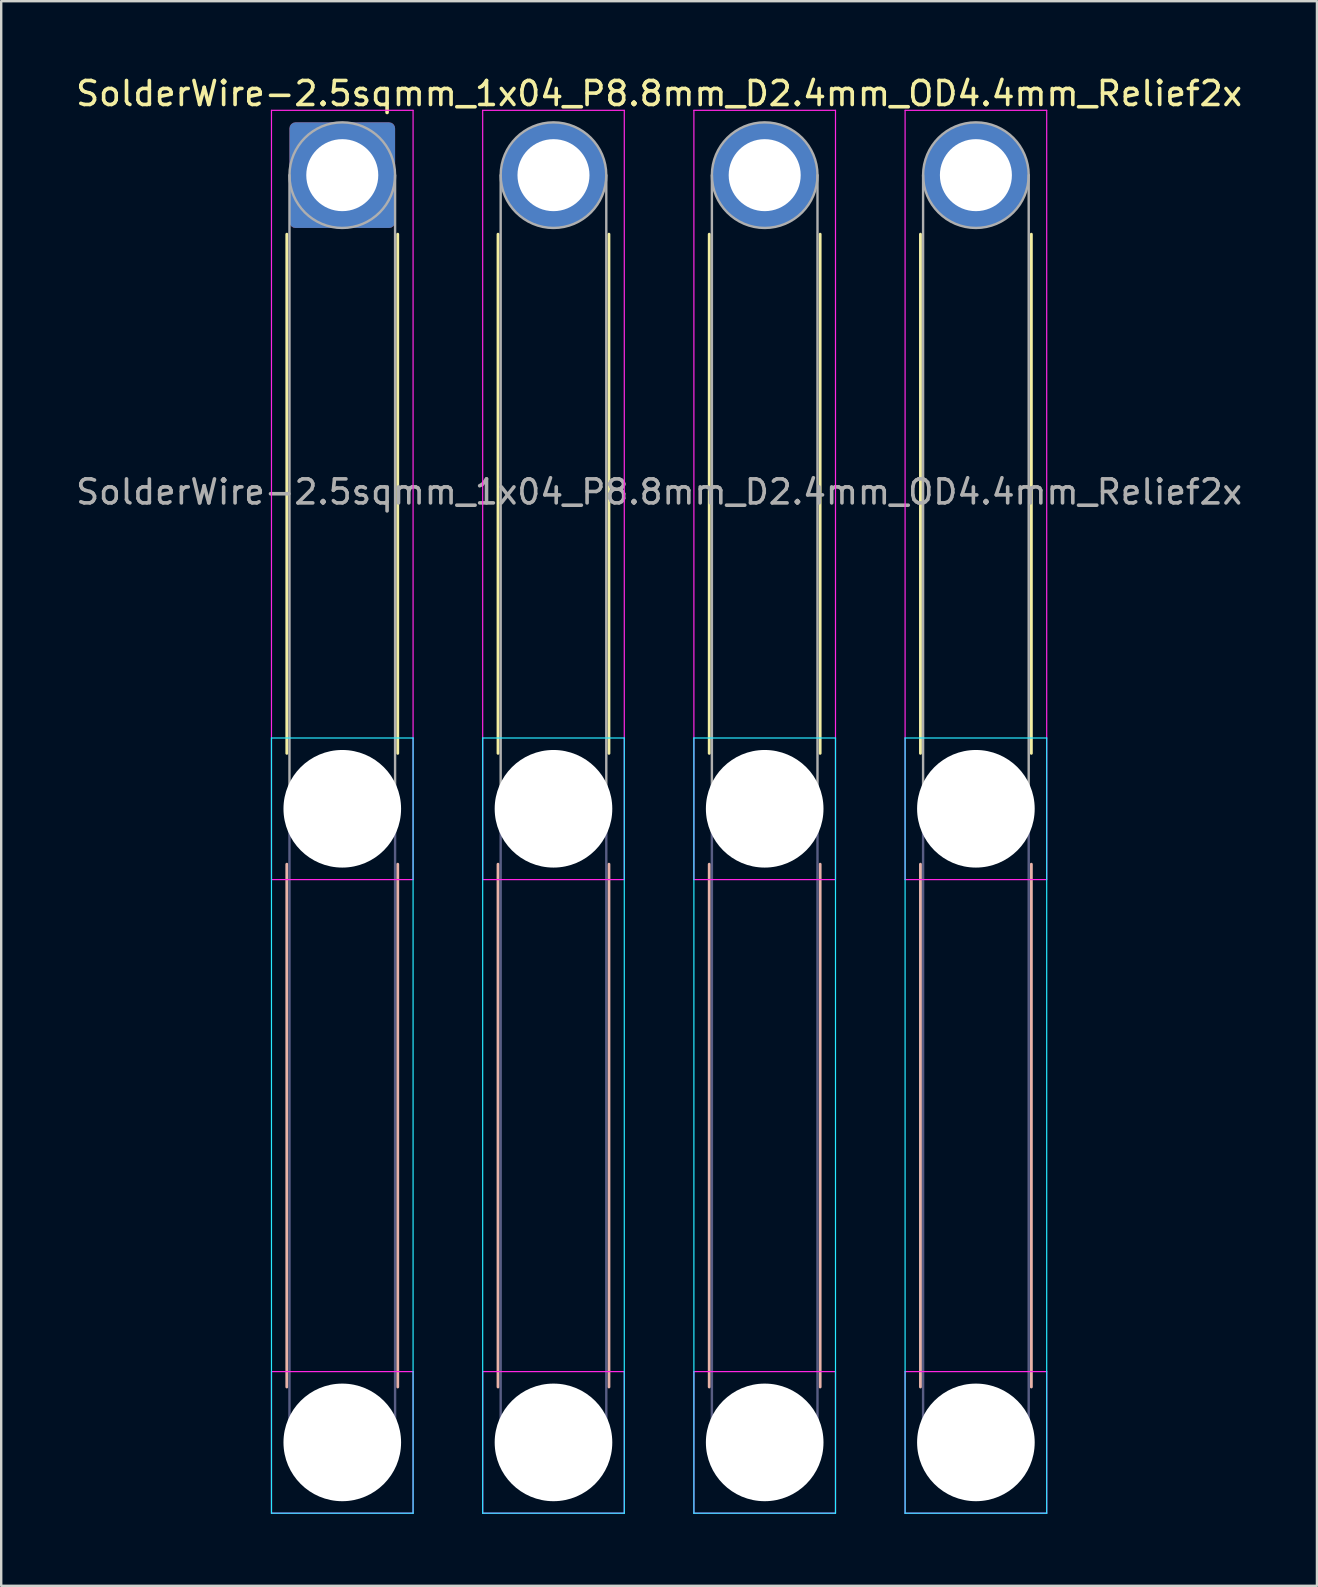
<source format=kicad_pcb>
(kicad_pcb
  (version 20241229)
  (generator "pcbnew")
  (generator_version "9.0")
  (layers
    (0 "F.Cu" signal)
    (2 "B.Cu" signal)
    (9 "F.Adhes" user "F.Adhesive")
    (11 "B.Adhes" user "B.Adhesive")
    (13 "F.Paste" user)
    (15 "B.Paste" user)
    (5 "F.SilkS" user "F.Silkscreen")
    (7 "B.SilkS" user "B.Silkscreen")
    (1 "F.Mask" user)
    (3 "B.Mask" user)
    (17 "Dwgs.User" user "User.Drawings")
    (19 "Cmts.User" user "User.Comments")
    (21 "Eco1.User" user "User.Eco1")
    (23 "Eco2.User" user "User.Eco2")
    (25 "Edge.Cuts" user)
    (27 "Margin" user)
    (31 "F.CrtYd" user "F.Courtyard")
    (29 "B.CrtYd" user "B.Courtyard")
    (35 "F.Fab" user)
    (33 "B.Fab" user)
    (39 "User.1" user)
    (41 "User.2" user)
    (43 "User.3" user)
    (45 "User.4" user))
  (footprint "SolderWire-2.5sqmm_1x04_P8.8mm_D2.4mm_OD4.4mm_Relief2x"
    (layer "F.Cu")
    (at 11.211 4.248)
    (property "Reference" "SolderWire-2.5sqmm_1x04_P8.8mm_D2.4mm_OD4.4mm_Relief2x" (at 13.2 -3.4 0) (layer "F.SilkS") (effects (font (size 1 1) (thickness 0.15))))
    (attr exclude_from_pos_files exclude_from_bom)
    (fp_line (start -2.31 2.46) (end -2.31 24.09) (stroke (width 0.12) (type solid)) (layer "F.SilkS"))
    (fp_line (start 2.31 2.46) (end 2.31 24.09) (stroke (width 0.12) (type solid)) (layer "F.SilkS"))
    (fp_line (start 6.49 2.46) (end 6.49 24.09) (stroke (width 0.12) (type solid)) (layer "F.SilkS"))
    (fp_line (start 11.11 2.46) (end 11.11 24.09) (stroke (width 0.12) (type solid)) (layer "F.SilkS"))
    (fp_line (start 15.29 2.46) (end 15.29 24.09) (stroke (width 0.12) (type solid)) (layer "F.SilkS"))
    (fp_line (start 19.91 2.46) (end 19.91 24.09) (stroke (width 0.12) (type solid)) (layer "F.SilkS"))
    (fp_line (start 24.09 2.46) (end 24.09 24.09) (stroke (width 0.12) (type solid)) (layer "F.SilkS"))
    (fp_line (start 28.71 2.46) (end 28.71 24.09) (stroke (width 0.12) (type solid)) (layer "F.SilkS"))
    (fp_line (start -2.31 28.71) (end -2.31 50.49) (stroke (width 0.12) (type solid)) (layer "B.SilkS"))
    (fp_line (start 2.31 28.71) (end 2.31 50.49) (stroke (width 0.12) (type solid)) (layer "B.SilkS"))
    (fp_line (start 6.49 28.71) (end 6.49 50.49) (stroke (width 0.12) (type solid)) (layer "B.SilkS"))
    (fp_line (start 11.11 28.71) (end 11.11 50.49) (stroke (width 0.12) (type solid)) (layer "B.SilkS"))
    (fp_line (start 15.29 28.71) (end 15.29 50.49) (stroke (width 0.12) (type solid)) (layer "B.SilkS"))
    (fp_line (start 19.91 28.71) (end 19.91 50.49) (stroke (width 0.12) (type solid)) (layer "B.SilkS"))
    (fp_line (start 24.09 28.71) (end 24.09 50.49) (stroke (width 0.12) (type solid)) (layer "B.SilkS"))
    (fp_line (start 28.71 28.71) (end 28.71 50.49) (stroke (width 0.12) (type solid)) (layer "B.SilkS"))
    (fp_line (start -2.95 23.45) (end -2.95 55.75) (stroke (width 0.05) (type solid)) (layer "B.CrtYd"))
    (fp_line (start -2.95 55.75) (end 2.95 55.75) (stroke (width 0.05) (type solid)) (layer "B.CrtYd"))
    (fp_line (start 2.95 23.45) (end -2.95 23.45) (stroke (width 0.05) (type solid)) (layer "B.CrtYd"))
    (fp_line (start 2.95 55.75) (end 2.95 23.45) (stroke (width 0.05) (type solid)) (layer "B.CrtYd"))
    (fp_line (start 5.85 23.45) (end 5.85 55.75) (stroke (width 0.05) (type solid)) (layer "B.CrtYd"))
    (fp_line (start 5.85 55.75) (end 11.75 55.75) (stroke (width 0.05) (type solid)) (layer "B.CrtYd"))
    (fp_line (start 11.75 23.45) (end 5.85 23.45) (stroke (width 0.05) (type solid)) (layer "B.CrtYd"))
    (fp_line (start 11.75 55.75) (end 11.75 23.45) (stroke (width 0.05) (type solid)) (layer "B.CrtYd"))
    (fp_line (start 14.65 23.45) (end 14.65 55.75) (stroke (width 0.05) (type solid)) (layer "B.CrtYd"))
    (fp_line (start 14.65 55.75) (end 20.55 55.75) (stroke (width 0.05) (type solid)) (layer "B.CrtYd"))
    (fp_line (start 20.55 23.45) (end 14.65 23.45) (stroke (width 0.05) (type solid)) (layer "B.CrtYd"))
    (fp_line (start 20.55 55.75) (end 20.55 23.45) (stroke (width 0.05) (type solid)) (layer "B.CrtYd"))
    (fp_line (start 23.45 23.45) (end 23.45 55.75) (stroke (width 0.05) (type solid)) (layer "B.CrtYd"))
    (fp_line (start 23.45 55.75) (end 29.35 55.75) (stroke (width 0.05) (type solid)) (layer "B.CrtYd"))
    (fp_line (start 29.35 23.45) (end 23.45 23.45) (stroke (width 0.05) (type solid)) (layer "B.CrtYd"))
    (fp_line (start 29.35 55.75) (end 29.35 23.45) (stroke (width 0.05) (type solid)) (layer "B.CrtYd"))
    (fp_line (start -2.95 -2.7) (end -2.95 29.35) (stroke (width 0.05) (type solid)) (layer "F.CrtYd"))
    (fp_line (start -2.95 29.35) (end 2.95 29.35) (stroke (width 0.05) (type solid)) (layer "F.CrtYd"))
    (fp_line (start -2.95 49.85) (end -2.95 55.75) (stroke (width 0.05) (type solid)) (layer "F.CrtYd"))
    (fp_line (start -2.95 55.75) (end 2.95 55.75) (stroke (width 0.05) (type solid)) (layer "F.CrtYd"))
    (fp_line (start 2.95 -2.7) (end -2.95 -2.7) (stroke (width 0.05) (type solid)) (layer "F.CrtYd"))
    (fp_line (start 2.95 29.35) (end 2.95 -2.7) (stroke (width 0.05) (type solid)) (layer "F.CrtYd"))
    (fp_line (start 2.95 49.85) (end -2.95 49.85) (stroke (width 0.05) (type solid)) (layer "F.CrtYd"))
    (fp_line (start 2.95 55.75) (end 2.95 49.85) (stroke (width 0.05) (type solid)) (layer "F.CrtYd"))
    (fp_line (start 5.85 -2.7) (end 5.85 29.35) (stroke (width 0.05) (type solid)) (layer "F.CrtYd"))
    (fp_line (start 5.85 29.35) (end 11.75 29.35) (stroke (width 0.05) (type solid)) (layer "F.CrtYd"))
    (fp_line (start 5.85 49.85) (end 5.85 55.75) (stroke (width 0.05) (type solid)) (layer "F.CrtYd"))
    (fp_line (start 5.85 55.75) (end 11.75 55.75) (stroke (width 0.05) (type solid)) (layer "F.CrtYd"))
    (fp_line (start 11.75 -2.7) (end 5.85 -2.7) (stroke (width 0.05) (type solid)) (layer "F.CrtYd"))
    (fp_line (start 11.75 29.35) (end 11.75 -2.7) (stroke (width 0.05) (type solid)) (layer "F.CrtYd"))
    (fp_line (start 11.75 49.85) (end 5.85 49.85) (stroke (width 0.05) (type solid)) (layer "F.CrtYd"))
    (fp_line (start 11.75 55.75) (end 11.75 49.85) (stroke (width 0.05) (type solid)) (layer "F.CrtYd"))
    (fp_line (start 14.65 -2.7) (end 14.65 29.35) (stroke (width 0.05) (type solid)) (layer "F.CrtYd"))
    (fp_line (start 14.65 29.35) (end 20.55 29.35) (stroke (width 0.05) (type solid)) (layer "F.CrtYd"))
    (fp_line (start 14.65 49.85) (end 14.65 55.75) (stroke (width 0.05) (type solid)) (layer "F.CrtYd"))
    (fp_line (start 14.65 55.75) (end 20.55 55.75) (stroke (width 0.05) (type solid)) (layer "F.CrtYd"))
    (fp_line (start 20.55 -2.7) (end 14.65 -2.7) (stroke (width 0.05) (type solid)) (layer "F.CrtYd"))
    (fp_line (start 20.55 29.35) (end 20.55 -2.7) (stroke (width 0.05) (type solid)) (layer "F.CrtYd"))
    (fp_line (start 20.55 49.85) (end 14.65 49.85) (stroke (width 0.05) (type solid)) (layer "F.CrtYd"))
    (fp_line (start 20.55 55.75) (end 20.55 49.85) (stroke (width 0.05) (type solid)) (layer "F.CrtYd"))
    (fp_line (start 23.45 -2.7) (end 23.45 29.35) (stroke (width 0.05) (type solid)) (layer "F.CrtYd"))
    (fp_line (start 23.45 29.35) (end 29.35 29.35) (stroke (width 0.05) (type solid)) (layer "F.CrtYd"))
    (fp_line (start 23.45 49.85) (end 23.45 55.75) (stroke (width 0.05) (type solid)) (layer "F.CrtYd"))
    (fp_line (start 23.45 55.75) (end 29.35 55.75) (stroke (width 0.05) (type solid)) (layer "F.CrtYd"))
    (fp_line (start 29.35 -2.7) (end 23.45 -2.7) (stroke (width 0.05) (type solid)) (layer "F.CrtYd"))
    (fp_line (start 29.35 29.35) (end 29.35 -2.7) (stroke (width 0.05) (type solid)) (layer "F.CrtYd"))
    (fp_line (start 29.35 49.85) (end 23.45 49.85) (stroke (width 0.05) (type solid)) (layer "F.CrtYd"))
    (fp_line (start 29.35 55.75) (end 29.35 49.85) (stroke (width 0.05) (type solid)) (layer "F.CrtYd"))
    (fp_line (start -2.2 26.4) (end -2.2 52.8) (stroke (width 0.1) (type solid)) (layer "B.Fab"))
    (fp_line (start 2.2 26.4) (end 2.2 52.8) (stroke (width 0.1) (type solid)) (layer "B.Fab"))
    (fp_line (start 6.6 26.4) (end 6.6 52.8) (stroke (width 0.1) (type solid)) (layer "B.Fab"))
    (fp_line (start 11 26.4) (end 11 52.8) (stroke (width 0.1) (type solid)) (layer "B.Fab"))
    (fp_line (start 15.4 26.4) (end 15.4 52.8) (stroke (width 0.1) (type solid)) (layer "B.Fab"))
    (fp_line (start 19.8 26.4) (end 19.8 52.8) (stroke (width 0.1) (type solid)) (layer "B.Fab"))
    (fp_line (start 24.2 26.4) (end 24.2 52.8) (stroke (width 0.1) (type solid)) (layer "B.Fab"))
    (fp_line (start 28.6 26.4) (end 28.6 52.8) (stroke (width 0.1) (type solid)) (layer "B.Fab"))
    (fp_circle (center 0 26.4) (end 2.2 26.4) (stroke (width 0.1) (type solid)) (fill no) (layer "B.Fab"))
    (fp_circle (center 0 52.8) (end 2.2 52.8) (stroke (width 0.1) (type solid)) (fill no) (layer "B.Fab"))
    (fp_circle (center 8.8 26.4) (end 11 26.4) (stroke (width 0.1) (type solid)) (fill no) (layer "B.Fab"))
    (fp_circle (center 8.8 52.8) (end 11 52.8) (stroke (width 0.1) (type solid)) (fill no) (layer "B.Fab"))
    (fp_circle (center 17.6 26.4) (end 19.8 26.4) (stroke (width 0.1) (type solid)) (fill no) (layer "B.Fab"))
    (fp_circle (center 17.6 52.8) (end 19.8 52.8) (stroke (width 0.1) (type solid)) (fill no) (layer "B.Fab"))
    (fp_circle (center 26.4 26.4) (end 28.6 26.4) (stroke (width 0.1) (type solid)) (fill no) (layer "B.Fab"))
    (fp_circle (center 26.4 52.8) (end 28.6 52.8) (stroke (width 0.1) (type solid)) (fill no) (layer "B.Fab"))
    (fp_line (start -2.2 0) (end -2.2 26.4) (stroke (width 0.1) (type solid)) (layer "F.Fab"))
    (fp_line (start 2.2 0) (end 2.2 26.4) (stroke (width 0.1) (type solid)) (layer "F.Fab"))
    (fp_line (start 6.6 0) (end 6.6 26.4) (stroke (width 0.1) (type solid)) (layer "F.Fab"))
    (fp_line (start 11 0) (end 11 26.4) (stroke (width 0.1) (type solid)) (layer "F.Fab"))
    (fp_line (start 15.4 0) (end 15.4 26.4) (stroke (width 0.1) (type solid)) (layer "F.Fab"))
    (fp_line (start 19.8 0) (end 19.8 26.4) (stroke (width 0.1) (type solid)) (layer "F.Fab"))
    (fp_line (start 24.2 0) (end 24.2 26.4) (stroke (width 0.1) (type solid)) (layer "F.Fab"))
    (fp_line (start 28.6 0) (end 28.6 26.4) (stroke (width 0.1) (type solid)) (layer "F.Fab"))
    (fp_circle (center 0 0) (end 2.2 0) (stroke (width 0.1) (type solid)) (fill no) (layer "F.Fab"))
    (fp_circle (center 0 26.4) (end 2.2 26.4) (stroke (width 0.1) (type solid)) (fill no) (layer "F.Fab"))
    (fp_circle (center 0 52.8) (end 2.2 52.8) (stroke (width 0.1) (type solid)) (fill no) (layer "F.Fab"))
    (fp_circle (center 8.8 0) (end 11 0) (stroke (width 0.1) (type solid)) (fill no) (layer "F.Fab"))
    (fp_circle (center 8.8 26.4) (end 11 26.4) (stroke (width 0.1) (type solid)) (fill no) (layer "F.Fab"))
    (fp_circle (center 8.8 52.8) (end 11 52.8) (stroke (width 0.1) (type solid)) (fill no) (layer "F.Fab"))
    (fp_circle (center 17.6 0) (end 19.8 0) (stroke (width 0.1) (type solid)) (fill no) (layer "F.Fab"))
    (fp_circle (center 17.6 26.4) (end 19.8 26.4) (stroke (width 0.1) (type solid)) (fill no) (layer "F.Fab"))
    (fp_circle (center 17.6 52.8) (end 19.8 52.8) (stroke (width 0.1) (type solid)) (fill no) (layer "F.Fab"))
    (fp_circle (center 26.4 0) (end 28.6 0) (stroke (width 0.1) (type solid)) (fill no) (layer "F.Fab"))
    (fp_circle (center 26.4 26.4) (end 28.6 26.4) (stroke (width 0.1) (type solid)) (fill no) (layer "F.Fab"))
    (fp_circle (center 26.4 52.8) (end 28.6 52.8) (stroke (width 0.1) (type solid)) (fill no) (layer "F.Fab"))
    (fp_text user "${REFERENCE}" (at 13.2 13.2 0) (layer "F.Fab") (effects (font (size 1 1) (thickness 0.15))))
    (pad "" np_thru_hole circle (at 0 26.4) (size 4.9 4.9) (drill 4.9) (layers "*.Cu" "*.Mask"))
    (pad "" np_thru_hole circle (at 0 52.8) (size 4.9 4.9) (drill 4.9) (layers "*.Cu" "*.Mask"))
    (pad "" np_thru_hole circle (at 8.8 26.4) (size 4.9 4.9) (drill 4.9) (layers "*.Cu" "*.Mask"))
    (pad "" np_thru_hole circle (at 8.8 52.8) (size 4.9 4.9) (drill 4.9) (layers "*.Cu" "*.Mask"))
    (pad "" np_thru_hole circle (at 17.6 26.4) (size 4.9 4.9) (drill 4.9) (layers "*.Cu" "*.Mask"))
    (pad "" np_thru_hole circle (at 17.6 52.8) (size 4.9 4.9) (drill 4.9) (layers "*.Cu" "*.Mask"))
    (pad "" np_thru_hole circle (at 26.4 26.4) (size 4.9 4.9) (drill 4.9) (layers "*.Cu" "*.Mask"))
    (pad "" np_thru_hole circle (at 26.4 52.8) (size 4.9 4.9) (drill 4.9) (layers "*.Cu" "*.Mask"))
    (pad "1" thru_hole roundrect (at 0 0) (size 4.4 4.4) (drill 3) (layers "*.Cu" "*.Mask") (roundrect_rratio 0.057))
    (pad "2" thru_hole circle (at 8.8 0) (size 4.4 4.4) (drill 3) (layers "*.Cu" "*.Mask"))
    (pad "3" thru_hole circle (at 17.6 0) (size 4.4 4.4) (drill 3) (layers "*.Cu" "*.Mask"))
    (pad "4" thru_hole circle (at 26.4 0) (size 4.4 4.4) (drill 3) (layers "*.Cu" "*.Mask")))
  (gr_rect
    (start -3 -3)
    (end 51.821 63.023)
    (stroke (width 0.1) (type default))
    (fill no)
    (layer "Edge.Cuts")))
</source>
